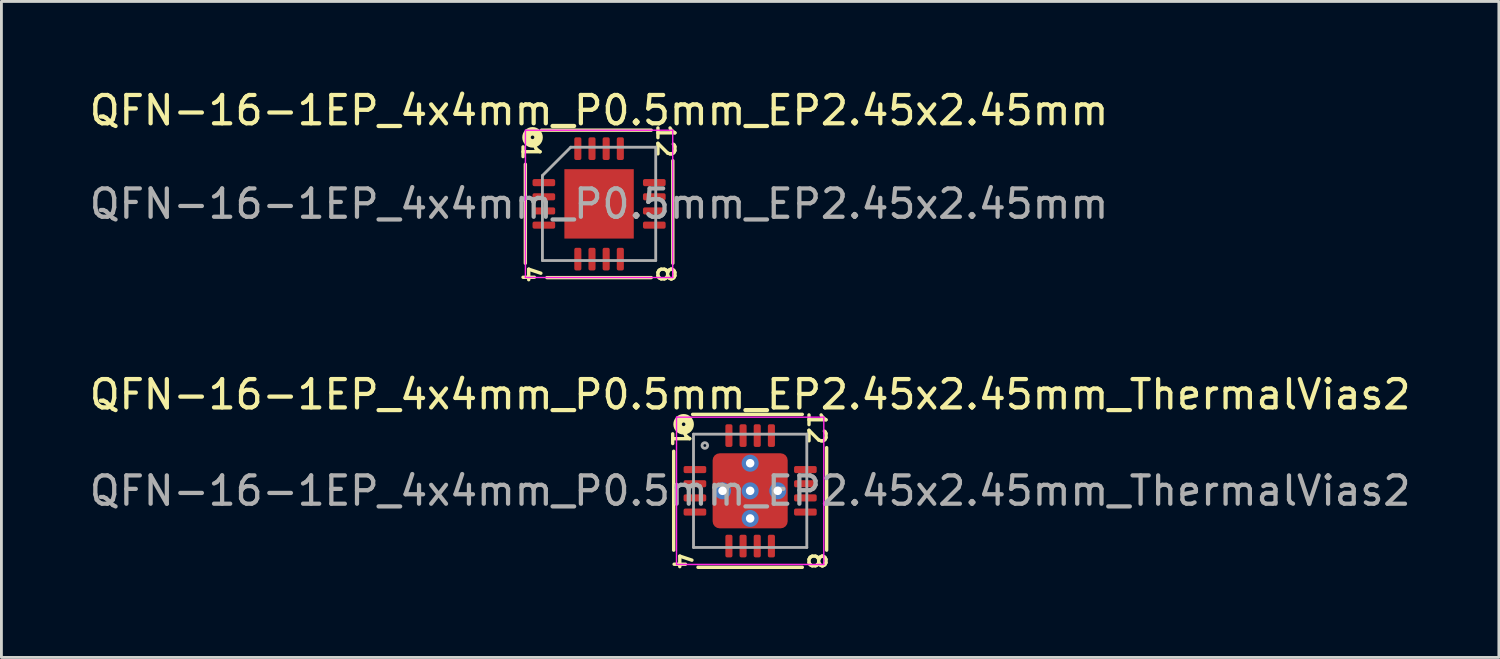
<source format=kicad_pcb>
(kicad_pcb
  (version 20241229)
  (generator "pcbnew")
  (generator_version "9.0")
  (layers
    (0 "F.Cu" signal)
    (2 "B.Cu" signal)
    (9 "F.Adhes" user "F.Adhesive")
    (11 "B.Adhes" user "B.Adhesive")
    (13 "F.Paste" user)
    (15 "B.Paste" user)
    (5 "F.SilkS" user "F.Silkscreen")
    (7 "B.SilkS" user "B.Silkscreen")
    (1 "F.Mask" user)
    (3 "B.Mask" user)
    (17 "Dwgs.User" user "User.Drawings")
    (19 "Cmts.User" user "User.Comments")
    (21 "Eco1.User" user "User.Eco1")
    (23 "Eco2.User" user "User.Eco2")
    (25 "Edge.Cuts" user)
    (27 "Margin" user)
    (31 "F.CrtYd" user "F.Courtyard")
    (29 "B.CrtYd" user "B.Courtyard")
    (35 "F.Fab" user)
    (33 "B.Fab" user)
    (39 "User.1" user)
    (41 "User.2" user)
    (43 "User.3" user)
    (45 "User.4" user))
  (footprint "QFN-16-1EP_4x4mm_P0.5mm_EP2.45x2.45mm_ThermalVias2"
    (layer "F.Cu")
    (at 23.435 14.279)
    (property "Reference" "QFN-16-1EP_4x4mm_P0.5mm_EP2.45x2.45mm_ThermalVias2" (at 0 -3.4 0) (layer "F.SilkS") (effects (font (size 1 1) (thickness 0.15))))
    (attr smd)
    (fp_line (start -2.7 -1.397) (end -2.7 2.095) (stroke (width 0.12) (type solid)) (layer "F.SilkS"))
    (fp_line (start -1.841 2.7) (end 1.841 2.7) (stroke (width 0.12) (type solid)) (layer "F.SilkS"))
    (fp_line (start 1.841 -2.7) (end -2.032 -2.7) (stroke (width 0.12) (type solid)) (layer "F.SilkS"))
    (fp_line (start 2.7 2.095) (end 2.7 -1.524) (stroke (width 0.12) (type solid)) (layer "F.SilkS"))
    (fp_circle (center -2.349 -2.349) (end -2.286 -2.349) (stroke (width 0.3) (type solid)) (fill no) (layer "F.SilkS"))
    (fp_line (start -2.6 -2.6) (end -2.6 2.6) (stroke (width 0.05) (type solid)) (layer "F.CrtYd"))
    (fp_line (start -2.6 2.6) (end 2.6 2.6) (stroke (width 0.05) (type solid)) (layer "F.CrtYd"))
    (fp_line (start 2.6 -2.6) (end -2.6 -2.6) (stroke (width 0.05) (type solid)) (layer "F.CrtYd"))
    (fp_line (start 2.6 2.6) (end 2.6 -2.6) (stroke (width 0.05) (type solid)) (layer "F.CrtYd"))
    (fp_line (start -2 -2) (end 2 -2) (stroke (width 0.1) (type solid)) (layer "F.Fab"))
    (fp_line (start -2 2) (end -2 -2) (stroke (width 0.1) (type solid)) (layer "F.Fab"))
    (fp_line (start 2 -2) (end 2 2) (stroke (width 0.1) (type solid)) (layer "F.Fab"))
    (fp_line (start 2 2) (end -2 2) (stroke (width 0.1) (type solid)) (layer "F.Fab"))
    (fp_circle (center -1.6 -1.6) (end -1.5 -1.6) (stroke (width 0.1) (type solid)) (fill no) (layer "F.Fab"))
    (fp_text user "1" (at -2.463 -1.841 270) (unlocked yes) (layer "F.SilkS") (effects (font (size 0.6 0.6) (thickness 0.12))))
    (fp_text user "12" (at 2.349 -2.223 270) (unlocked yes) (layer "F.SilkS") (effects (font (size 0.6 0.6) (thickness 0.12))))
    (fp_text user "8" (at 2.349 2.477 270) (unlocked yes) (layer "F.SilkS") (effects (font (size 0.6 0.6) (thickness 0.12))))
    (fp_text user "4" (at -2.413 2.477 270) (unlocked yes) (layer "F.SilkS") (effects (font (size 0.6 0.6) (thickness 0.12))))
    (fp_text user "${REFERENCE}" (at 0 0 0) (layer "F.Fab") (effects (font (size 1 1) (thickness 0.15))))
    (pad "" smd roundrect (at -0.762 -0.762) (size 0.925 0.925) (layers "F.Mask") (roundrect_rratio 0.25))
    (pad "" smd roundrect (at -0.762 0.762) (size 0.925 0.925) (layers "F.Mask") (roundrect_rratio 0.25))
    (pad "" smd roundrect (at -0.75 -0.75) (size 0.7 0.7) (layers "F.Paste") (roundrect_rratio 0.236))
    (pad "" smd roundrect (at -0.75 0.75) (size 0.7 0.7) (layers "F.Paste") (roundrect_rratio 0.236))
    (pad "" smd roundrect (at 0.75 -0.75) (size 0.7 0.7) (layers "F.Paste") (roundrect_rratio 0.236))
    (pad "" smd roundrect (at 0.75 0.75) (size 0.7 0.7) (layers "F.Paste") (roundrect_rratio 0.236))
    (pad "" smd roundrect (at 0.762 -0.762) (size 0.925 0.925) (layers "F.Mask") (roundrect_rratio 0.25))
    (pad "" smd roundrect (at 0.762 0.762) (size 0.925 0.925) (layers "F.Mask") (roundrect_rratio 0.25))
    (pad "1" smd roundrect (at -1.95 -0.75) (size 0.8 0.25) (layers "F.Cu" "F.Mask" "F.Paste") (roundrect_rratio 0.25))
    (pad "2" smd roundrect (at -1.95 -0.25) (size 0.8 0.25) (layers "F.Cu" "F.Mask" "F.Paste") (roundrect_rratio 0.25))
    (pad "3" smd roundrect (at -1.95 0.25) (size 0.8 0.25) (layers "F.Cu" "F.Mask" "F.Paste") (roundrect_rratio 0.25))
    (pad "4" smd roundrect (at -1.95 0.75) (size 0.8 0.25) (layers "F.Cu" "F.Mask" "F.Paste") (roundrect_rratio 0.25))
    (pad "5" smd roundrect (at -0.75 1.95) (size 0.25 0.8) (layers "F.Cu" "F.Mask" "F.Paste") (roundrect_rratio 0.25))
    (pad "6" smd roundrect (at -0.25 1.95) (size 0.25 0.8) (layers "F.Cu" "F.Mask" "F.Paste") (roundrect_rratio 0.25))
    (pad "7" smd roundrect (at 0.25 1.95) (size 0.25 0.8) (layers "F.Cu" "F.Mask" "F.Paste") (roundrect_rratio 0.25))
    (pad "8" smd roundrect (at 0.75 1.95) (size 0.25 0.8) (layers "F.Cu" "F.Mask" "F.Paste") (roundrect_rratio 0.25))
    (pad "9" smd roundrect (at 1.95 0.75) (size 0.8 0.25) (layers "F.Cu" "F.Mask" "F.Paste") (roundrect_rratio 0.25))
    (pad "10" smd roundrect (at 1.95 0.25) (size 0.8 0.25) (layers "F.Cu" "F.Mask" "F.Paste") (roundrect_rratio 0.25))
    (pad "11" smd roundrect (at 1.95 -0.25) (size 0.8 0.25) (layers "F.Cu" "F.Mask" "F.Paste") (roundrect_rratio 0.25))
    (pad "12" smd roundrect (at 1.95 -0.75) (size 0.8 0.25) (layers "F.Cu" "F.Mask" "F.Paste") (roundrect_rratio 0.25))
    (pad "13" smd roundrect (at 0.75 -1.95) (size 0.25 0.8) (layers "F.Cu" "F.Mask" "F.Paste") (roundrect_rratio 0.25))
    (pad "14" smd roundrect (at 0.25 -1.95) (size 0.25 0.8) (layers "F.Cu" "F.Mask" "F.Paste") (roundrect_rratio 0.25))
    (pad "15" smd roundrect (at -0.25 -1.95) (size 0.25 0.8) (layers "F.Cu" "F.Mask" "F.Paste") (roundrect_rratio 0.25))
    (pad "16" smd roundrect (at -0.75 -1.95) (size 0.25 0.8) (layers "F.Cu" "F.Mask" "F.Paste") (roundrect_rratio 0.25))
    (pad "17" thru_hole circle (at -0.975 0) (size 0.6 0.6) (drill 0.3) (property pad_prop_heatsink) (layers "*.Cu" "*.Mask"))
    (pad "17" thru_hole circle (at 0 -0.975) (size 0.6 0.6) (drill 0.3) (property pad_prop_heatsink) (layers "*.Cu" "*.Mask"))
    (pad "17" thru_hole circle (at 0 0) (size 0.6 0.6) (drill 0.3) (property pad_prop_heatsink) (layers "*.Cu" "*.Mask"))
    (pad "17" smd roundrect (at 0 0) (size 2.65 2.65) (layers "F.Cu") (roundrect_rratio 0.094))
    (pad "17" thru_hole circle (at 0 0.975) (size 0.6 0.6) (drill 0.3) (property pad_prop_heatsink) (layers "*.Cu" "*.Mask"))
    (pad "17" thru_hole circle (at 0.975 0) (size 0.6 0.6) (drill 0.3) (property pad_prop_heatsink) (layers "*.Cu" "*.Mask")))
  (footprint "QFN-16-1EP_4x4mm_P0.5mm_EP2.45x2.45mm"
    (layer "F.Cu")
    (at 18.101 4.148)
    (property "Reference" "QFN-16-1EP_4x4mm_P0.5mm_EP2.45x2.45mm" (at 0 -3.3 0) (layer "F.SilkS") (effects (font (size 1 1) (thickness 0.15))))
    (attr smd)
    (fp_line (start -2.603 -1.397) (end -2.603 2.095) (stroke (width 0.12) (type solid)) (layer "F.SilkS"))
    (fp_line (start -1.841 2.603) (end 1.841 2.603) (stroke (width 0.12) (type solid)) (layer "F.SilkS"))
    (fp_line (start 1.841 -2.603) (end -2.032 -2.603) (stroke (width 0.12) (type solid)) (layer "F.SilkS"))
    (fp_line (start 2.603 2.095) (end 2.603 -1.524) (stroke (width 0.12) (type solid)) (layer "F.SilkS"))
    (fp_circle (center -2.349 -2.349) (end -2.286 -2.349) (stroke (width 0.3) (type solid)) (fill no) (layer "F.SilkS"))
    (fp_line (start -2.6 -2.6) (end -2.6 2.6) (stroke (width 0.05) (type solid)) (layer "F.CrtYd"))
    (fp_line (start -2.6 2.6) (end 2.6 2.6) (stroke (width 0.05) (type solid)) (layer "F.CrtYd"))
    (fp_line (start 2.6 -2.6) (end -2.6 -2.6) (stroke (width 0.05) (type solid)) (layer "F.CrtYd"))
    (fp_line (start 2.6 2.6) (end 2.6 -2.6) (stroke (width 0.05) (type solid)) (layer "F.CrtYd"))
    (fp_line (start -2 -1) (end -1 -2) (stroke (width 0.1) (type solid)) (layer "F.Fab"))
    (fp_line (start -2 2) (end -2 -1) (stroke (width 0.1) (type solid)) (layer "F.Fab"))
    (fp_line (start -1 -2) (end 2 -2) (stroke (width 0.1) (type solid)) (layer "F.Fab"))
    (fp_line (start 2 -2) (end 2 2) (stroke (width 0.1) (type solid)) (layer "F.Fab"))
    (fp_line (start 2 2) (end -2 2) (stroke (width 0.1) (type solid)) (layer "F.Fab"))
    (fp_text user "12" (at 2.349 -2.223 270) (unlocked yes) (layer "F.SilkS") (effects (font (size 0.6 0.6) (thickness 0.12))))
    (fp_text user "8" (at 2.349 2.477 270) (unlocked yes) (layer "F.SilkS") (effects (font (size 0.6 0.6) (thickness 0.12))))
    (fp_text user "1" (at -2.413 -1.841 270) (unlocked yes) (layer "F.SilkS") (effects (font (size 0.6 0.6) (thickness 0.12))))
    (fp_text user "4" (at -2.413 2.477 270) (unlocked yes) (layer "F.SilkS") (effects (font (size 0.6 0.6) (thickness 0.12))))
    (fp_text user "${REFERENCE}" (at 0 0 0) (layer "F.Fab") (effects (font (size 1 1) (thickness 0.15))))
    (pad "" smd roundrect (at -0.61 -0.61) (size 0.99 0.99) (layers "F.Paste") (roundrect_rratio 0.25))
    (pad "" smd roundrect (at -0.61 0.61) (size 0.99 0.99) (layers "F.Paste") (roundrect_rratio 0.25))
    (pad "" smd roundrect (at 0.61 -0.61) (size 0.99 0.99) (layers "F.Paste") (roundrect_rratio 0.25))
    (pad "" smd roundrect (at 0.61 0.61) (size 0.99 0.99) (layers "F.Paste") (roundrect_rratio 0.25))
    (pad "1" smd roundrect (at -1.95 -0.75) (size 0.8 0.25) (layers "F.Cu" "F.Mask" "F.Paste") (roundrect_rratio 0.25))
    (pad "2" smd roundrect (at -1.95 -0.25) (size 0.8 0.25) (layers "F.Cu" "F.Mask" "F.Paste") (roundrect_rratio 0.25))
    (pad "3" smd roundrect (at -1.95 0.25) (size 0.8 0.25) (layers "F.Cu" "F.Mask" "F.Paste") (roundrect_rratio 0.25))
    (pad "4" smd roundrect (at -1.95 0.75) (size 0.8 0.25) (layers "F.Cu" "F.Mask" "F.Paste") (roundrect_rratio 0.25))
    (pad "5" smd roundrect (at -0.75 1.95) (size 0.25 0.8) (layers "F.Cu" "F.Mask" "F.Paste") (roundrect_rratio 0.25))
    (pad "6" smd roundrect (at -0.25 1.95) (size 0.25 0.8) (layers "F.Cu" "F.Mask" "F.Paste") (roundrect_rratio 0.25))
    (pad "7" smd roundrect (at 0.25 1.95) (size 0.25 0.8) (layers "F.Cu" "F.Mask" "F.Paste") (roundrect_rratio 0.25))
    (pad "8" smd roundrect (at 0.75 1.95) (size 0.25 0.8) (layers "F.Cu" "F.Mask" "F.Paste") (roundrect_rratio 0.25))
    (pad "9" smd roundrect (at 1.95 0.75) (size 0.8 0.25) (layers "F.Cu" "F.Mask" "F.Paste") (roundrect_rratio 0.25))
    (pad "10" smd roundrect (at 1.95 0.25) (size 0.8 0.25) (layers "F.Cu" "F.Mask" "F.Paste") (roundrect_rratio 0.25))
    (pad "11" smd roundrect (at 1.95 -0.25) (size 0.8 0.25) (layers "F.Cu" "F.Mask" "F.Paste") (roundrect_rratio 0.25))
    (pad "12" smd roundrect (at 1.95 -0.75) (size 0.8 0.25) (layers "F.Cu" "F.Mask" "F.Paste") (roundrect_rratio 0.25))
    (pad "13" smd roundrect (at 0.75 -1.95) (size 0.25 0.8) (layers "F.Cu" "F.Mask" "F.Paste") (roundrect_rratio 0.25))
    (pad "14" smd roundrect (at 0.25 -1.95) (size 0.25 0.8) (layers "F.Cu" "F.Mask" "F.Paste") (roundrect_rratio 0.25))
    (pad "15" smd roundrect (at -0.25 -1.95) (size 0.25 0.8) (layers "F.Cu" "F.Mask" "F.Paste") (roundrect_rratio 0.25))
    (pad "16" smd roundrect (at -0.75 -1.95) (size 0.25 0.8) (layers "F.Cu" "F.Mask" "F.Paste") (roundrect_rratio 0.25))
    (pad "17" smd rect (at 0 0) (size 2.45 2.45) (layers "F.Cu" "F.Mask")))
  (gr_rect
    (start -3 -3)
    (end 49.869 20.161)
    (stroke (width 0.1) (type default))
    (fill no)
    (layer "Edge.Cuts")))
</source>
